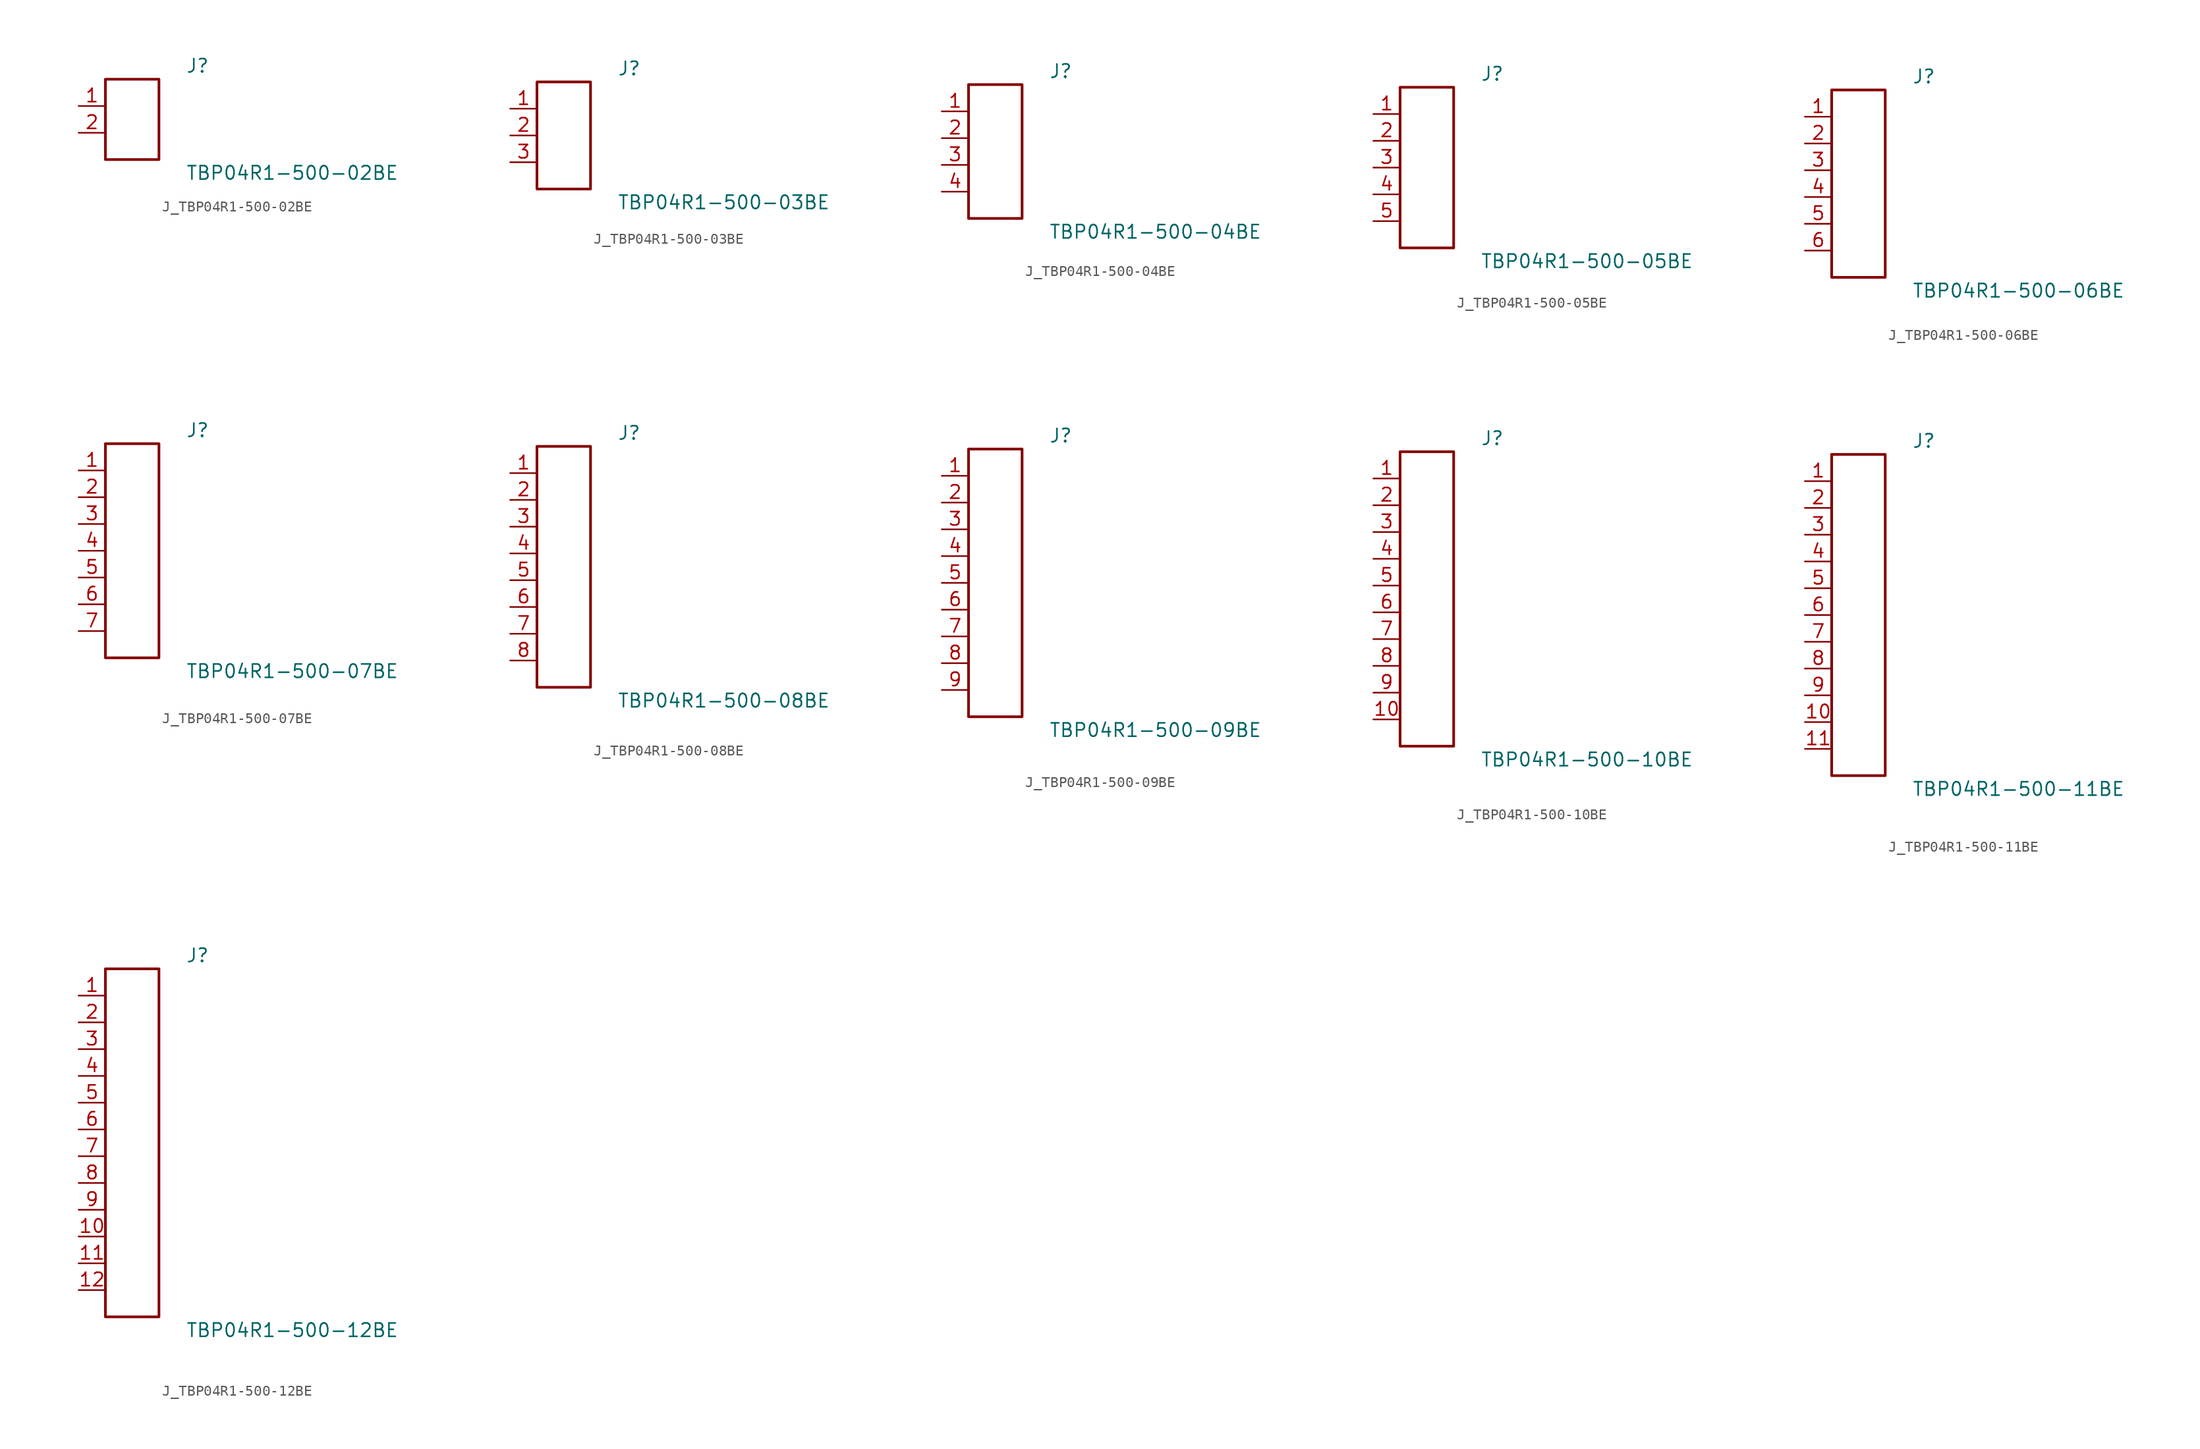
<source format=kicad_sym>
(kicad_symbol_lib
  (version 20231120)
  (generator kicad_symbol_editor)
  (generator_version 8.0)
  (symbol "J_TBP04R1-500-02BE"
    (pin_names
      (offset 0.254))
    (property "Reference" "J"
      (at 5.08 5.08 0)
      (effects (font (size 1.27 1.27)) (justify left)))
    (property "Value" "TBP04R1-500-02BE"
      (at 5.08 -5.08 0)
      (effects (font (size 1.27 1.27)) (justify left)))
    (symbol "J_TBP04R1-500-02BE_0_0"
      (pin unspecified line (at -5.08 1.27 0) (length 2.54) (name "" (effects (font (size 1.27 1.27)))) (number "1" (effects (font (size 1.27 1.27)))))
      (pin unspecified line (at -5.08 -1.27 0) (length 2.54) (name "" (effects (font (size 1.27 1.27)))) (number "2" (effects (font (size 1.27 1.27))))))
    (symbol "J_TBP04R1-500-02BE_1_0"
      (rectangle (start -2.54 3.81) (end 2.54 -3.81) (stroke (width 0.254) (type solid)) (fill (type none)))))
  (symbol "J_TBP04R1-500-03BE"
    (pin_names
      (offset 0.254))
    (property "Reference" "J"
      (at 5.08 6.35 0)
      (effects (font (size 1.27 1.27)) (justify left)))
    (property "Value" "TBP04R1-500-03BE"
      (at 5.08 -6.35 0)
      (effects (font (size 1.27 1.27)) (justify left)))
    (symbol "J_TBP04R1-500-03BE_0_0"
      (pin unspecified line (at -5.08 2.54 0) (length 2.54) (name "" (effects (font (size 1.27 1.27)))) (number "1" (effects (font (size 1.27 1.27)))))
      (pin unspecified line (at -5.08 0.0 0) (length 2.54) (name "" (effects (font (size 1.27 1.27)))) (number "2" (effects (font (size 1.27 1.27)))))
      (pin unspecified line (at -5.08 -2.54 0) (length 2.54) (name "" (effects (font (size 1.27 1.27)))) (number "3" (effects (font (size 1.27 1.27))))))
    (symbol "J_TBP04R1-500-03BE_1_0"
      (rectangle (start -2.54 5.08) (end 2.54 -5.08) (stroke (width 0.254) (type solid)) (fill (type none)))))
  (symbol "J_TBP04R1-500-04BE"
    (pin_names
      (offset 0.254))
    (property "Reference" "J"
      (at 5.08 7.62 0)
      (effects (font (size 1.27 1.27)) (justify left)))
    (property "Value" "TBP04R1-500-04BE"
      (at 5.08 -7.62 0)
      (effects (font (size 1.27 1.27)) (justify left)))
    (symbol "J_TBP04R1-500-04BE_0_0"
      (pin unspecified line (at -5.08 3.81 0) (length 2.54) (name "" (effects (font (size 1.27 1.27)))) (number "1" (effects (font (size 1.27 1.27)))))
      (pin unspecified line (at -5.08 1.27 0) (length 2.54) (name "" (effects (font (size 1.27 1.27)))) (number "2" (effects (font (size 1.27 1.27)))))
      (pin unspecified line (at -5.08 -1.27 0) (length 2.54) (name "" (effects (font (size 1.27 1.27)))) (number "3" (effects (font (size 1.27 1.27)))))
      (pin unspecified line (at -5.08 -3.81 0) (length 2.54) (name "" (effects (font (size 1.27 1.27)))) (number "4" (effects (font (size 1.27 1.27))))))
    (symbol "J_TBP04R1-500-04BE_1_0"
      (rectangle (start -2.54 6.35) (end 2.54 -6.35) (stroke (width 0.254) (type solid)) (fill (type none)))))
  (symbol "J_TBP04R1-500-05BE"
    (pin_names
      (offset 0.254))
    (property "Reference" "J"
      (at 5.08 8.89 0)
      (effects (font (size 1.27 1.27)) (justify left)))
    (property "Value" "TBP04R1-500-05BE"
      (at 5.08 -8.89 0)
      (effects (font (size 1.27 1.27)) (justify left)))
    (symbol "J_TBP04R1-500-05BE_0_0"
      (pin unspecified line (at -5.08 5.08 0) (length 2.54) (name "" (effects (font (size 1.27 1.27)))) (number "1" (effects (font (size 1.27 1.27)))))
      (pin unspecified line (at -5.08 2.54 0) (length 2.54) (name "" (effects (font (size 1.27 1.27)))) (number "2" (effects (font (size 1.27 1.27)))))
      (pin unspecified line (at -5.08 0.0 0) (length 2.54) (name "" (effects (font (size 1.27 1.27)))) (number "3" (effects (font (size 1.27 1.27)))))
      (pin unspecified line (at -5.08 -2.54 0) (length 2.54) (name "" (effects (font (size 1.27 1.27)))) (number "4" (effects (font (size 1.27 1.27)))))
      (pin unspecified line (at -5.08 -5.08 0) (length 2.54) (name "" (effects (font (size 1.27 1.27)))) (number "5" (effects (font (size 1.27 1.27))))))
    (symbol "J_TBP04R1-500-05BE_1_0"
      (rectangle (start -2.54 7.62) (end 2.54 -7.62) (stroke (width 0.254) (type solid)) (fill (type none)))))
  (symbol "J_TBP04R1-500-06BE"
    (pin_names
      (offset 0.254))
    (property "Reference" "J"
      (at 5.08 10.16 0)
      (effects (font (size 1.27 1.27)) (justify left)))
    (property "Value" "TBP04R1-500-06BE"
      (at 5.08 -10.16 0)
      (effects (font (size 1.27 1.27)) (justify left)))
    (symbol "J_TBP04R1-500-06BE_0_0"
      (pin unspecified line (at -5.08 6.35 0) (length 2.54) (name "" (effects (font (size 1.27 1.27)))) (number "1" (effects (font (size 1.27 1.27)))))
      (pin unspecified line (at -5.08 3.81 0) (length 2.54) (name "" (effects (font (size 1.27 1.27)))) (number "2" (effects (font (size 1.27 1.27)))))
      (pin unspecified line (at -5.08 1.27 0) (length 2.54) (name "" (effects (font (size 1.27 1.27)))) (number "3" (effects (font (size 1.27 1.27)))))
      (pin unspecified line (at -5.08 -1.27 0) (length 2.54) (name "" (effects (font (size 1.27 1.27)))) (number "4" (effects (font (size 1.27 1.27)))))
      (pin unspecified line (at -5.08 -3.81 0) (length 2.54) (name "" (effects (font (size 1.27 1.27)))) (number "5" (effects (font (size 1.27 1.27)))))
      (pin unspecified line (at -5.08 -6.35 0) (length 2.54) (name "" (effects (font (size 1.27 1.27)))) (number "6" (effects (font (size 1.27 1.27))))))
    (symbol "J_TBP04R1-500-06BE_1_0"
      (rectangle (start -2.54 8.89) (end 2.54 -8.89) (stroke (width 0.254) (type solid)) (fill (type none)))))
  (symbol "J_TBP04R1-500-07BE"
    (pin_names
      (offset 0.254))
    (property "Reference" "J"
      (at 5.08 11.43 0)
      (effects (font (size 1.27 1.27)) (justify left)))
    (property "Value" "TBP04R1-500-07BE"
      (at 5.08 -11.43 0)
      (effects (font (size 1.27 1.27)) (justify left)))
    (symbol "J_TBP04R1-500-07BE_0_0"
      (pin unspecified line (at -5.08 7.62 0) (length 2.54) (name "" (effects (font (size 1.27 1.27)))) (number "1" (effects (font (size 1.27 1.27)))))
      (pin unspecified line (at -5.08 5.08 0) (length 2.54) (name "" (effects (font (size 1.27 1.27)))) (number "2" (effects (font (size 1.27 1.27)))))
      (pin unspecified line (at -5.08 2.54 0) (length 2.54) (name "" (effects (font (size 1.27 1.27)))) (number "3" (effects (font (size 1.27 1.27)))))
      (pin unspecified line (at -5.08 0.0 0) (length 2.54) (name "" (effects (font (size 1.27 1.27)))) (number "4" (effects (font (size 1.27 1.27)))))
      (pin unspecified line (at -5.08 -2.54 0) (length 2.54) (name "" (effects (font (size 1.27 1.27)))) (number "5" (effects (font (size 1.27 1.27)))))
      (pin unspecified line (at -5.08 -5.08 0) (length 2.54) (name "" (effects (font (size 1.27 1.27)))) (number "6" (effects (font (size 1.27 1.27)))))
      (pin unspecified line (at -5.08 -7.62 0) (length 2.54) (name "" (effects (font (size 1.27 1.27)))) (number "7" (effects (font (size 1.27 1.27))))))
    (symbol "J_TBP04R1-500-07BE_1_0"
      (rectangle (start -2.54 10.16) (end 2.54 -10.16) (stroke (width 0.254) (type solid)) (fill (type none)))))
  (symbol "J_TBP04R1-500-08BE"
    (pin_names
      (offset 0.254))
    (property "Reference" "J"
      (at 5.08 12.7 0)
      (effects (font (size 1.27 1.27)) (justify left)))
    (property "Value" "TBP04R1-500-08BE"
      (at 5.08 -12.7 0)
      (effects (font (size 1.27 1.27)) (justify left)))
    (symbol "J_TBP04R1-500-08BE_0_0"
      (pin unspecified line (at -5.08 8.89 0) (length 2.54) (name "" (effects (font (size 1.27 1.27)))) (number "1" (effects (font (size 1.27 1.27)))))
      (pin unspecified line (at -5.08 6.35 0) (length 2.54) (name "" (effects (font (size 1.27 1.27)))) (number "2" (effects (font (size 1.27 1.27)))))
      (pin unspecified line (at -5.08 3.81 0) (length 2.54) (name "" (effects (font (size 1.27 1.27)))) (number "3" (effects (font (size 1.27 1.27)))))
      (pin unspecified line (at -5.08 1.27 0) (length 2.54) (name "" (effects (font (size 1.27 1.27)))) (number "4" (effects (font (size 1.27 1.27)))))
      (pin unspecified line (at -5.08 -1.27 0) (length 2.54) (name "" (effects (font (size 1.27 1.27)))) (number "5" (effects (font (size 1.27 1.27)))))
      (pin unspecified line (at -5.08 -3.81 0) (length 2.54) (name "" (effects (font (size 1.27 1.27)))) (number "6" (effects (font (size 1.27 1.27)))))
      (pin unspecified line (at -5.08 -6.35 0) (length 2.54) (name "" (effects (font (size 1.27 1.27)))) (number "7" (effects (font (size 1.27 1.27)))))
      (pin unspecified line (at -5.08 -8.89 0) (length 2.54) (name "" (effects (font (size 1.27 1.27)))) (number "8" (effects (font (size 1.27 1.27))))))
    (symbol "J_TBP04R1-500-08BE_1_0"
      (rectangle (start -2.54 11.43) (end 2.54 -11.43) (stroke (width 0.254) (type solid)) (fill (type none)))))
  (symbol "J_TBP04R1-500-09BE"
    (pin_names
      (offset 0.254))
    (property "Reference" "J"
      (at 5.08 13.97 0)
      (effects (font (size 1.27 1.27)) (justify left)))
    (property "Value" "TBP04R1-500-09BE"
      (at 5.08 -13.97 0)
      (effects (font (size 1.27 1.27)) (justify left)))
    (symbol "J_TBP04R1-500-09BE_0_0"
      (pin unspecified line (at -5.08 10.16 0) (length 2.54) (name "" (effects (font (size 1.27 1.27)))) (number "1" (effects (font (size 1.27 1.27)))))
      (pin unspecified line (at -5.08 7.62 0) (length 2.54) (name "" (effects (font (size 1.27 1.27)))) (number "2" (effects (font (size 1.27 1.27)))))
      (pin unspecified line (at -5.08 5.08 0) (length 2.54) (name "" (effects (font (size 1.27 1.27)))) (number "3" (effects (font (size 1.27 1.27)))))
      (pin unspecified line (at -5.08 2.54 0) (length 2.54) (name "" (effects (font (size 1.27 1.27)))) (number "4" (effects (font (size 1.27 1.27)))))
      (pin unspecified line (at -5.08 0.0 0) (length 2.54) (name "" (effects (font (size 1.27 1.27)))) (number "5" (effects (font (size 1.27 1.27)))))
      (pin unspecified line (at -5.08 -2.54 0) (length 2.54) (name "" (effects (font (size 1.27 1.27)))) (number "6" (effects (font (size 1.27 1.27)))))
      (pin unspecified line (at -5.08 -5.08 0) (length 2.54) (name "" (effects (font (size 1.27 1.27)))) (number "7" (effects (font (size 1.27 1.27)))))
      (pin unspecified line (at -5.08 -7.62 0) (length 2.54) (name "" (effects (font (size 1.27 1.27)))) (number "8" (effects (font (size 1.27 1.27)))))
      (pin unspecified line (at -5.08 -10.16 0) (length 2.54) (name "" (effects (font (size 1.27 1.27)))) (number "9" (effects (font (size 1.27 1.27))))))
    (symbol "J_TBP04R1-500-09BE_1_0"
      (rectangle (start -2.54 12.7) (end 2.54 -12.7) (stroke (width 0.254) (type solid)) (fill (type none)))))
  (symbol "J_TBP04R1-500-10BE"
    (pin_names
      (offset 0.254))
    (property "Reference" "J"
      (at 5.08 15.24 0)
      (effects (font (size 1.27 1.27)) (justify left)))
    (property "Value" "TBP04R1-500-10BE"
      (at 5.08 -15.24 0)
      (effects (font (size 1.27 1.27)) (justify left)))
    (symbol "J_TBP04R1-500-10BE_0_0"
      (pin unspecified line (at -5.08 11.43 0) (length 2.54) (name "" (effects (font (size 1.27 1.27)))) (number "1" (effects (font (size 1.27 1.27)))))
      (pin unspecified line (at -5.08 8.89 0) (length 2.54) (name "" (effects (font (size 1.27 1.27)))) (number "2" (effects (font (size 1.27 1.27)))))
      (pin unspecified line (at -5.08 6.35 0) (length 2.54) (name "" (effects (font (size 1.27 1.27)))) (number "3" (effects (font (size 1.27 1.27)))))
      (pin unspecified line (at -5.08 3.81 0) (length 2.54) (name "" (effects (font (size 1.27 1.27)))) (number "4" (effects (font (size 1.27 1.27)))))
      (pin unspecified line (at -5.08 1.27 0) (length 2.54) (name "" (effects (font (size 1.27 1.27)))) (number "5" (effects (font (size 1.27 1.27)))))
      (pin unspecified line (at -5.08 -1.27 0) (length 2.54) (name "" (effects (font (size 1.27 1.27)))) (number "6" (effects (font (size 1.27 1.27)))))
      (pin unspecified line (at -5.08 -3.81 0) (length 2.54) (name "" (effects (font (size 1.27 1.27)))) (number "7" (effects (font (size 1.27 1.27)))))
      (pin unspecified line (at -5.08 -6.35 0) (length 2.54) (name "" (effects (font (size 1.27 1.27)))) (number "8" (effects (font (size 1.27 1.27)))))
      (pin unspecified line (at -5.08 -8.89 0) (length 2.54) (name "" (effects (font (size 1.27 1.27)))) (number "9" (effects (font (size 1.27 1.27)))))
      (pin unspecified line (at -5.08 -11.43 0) (length 2.54) (name "" (effects (font (size 1.27 1.27)))) (number "10" (effects (font (size 1.27 1.27))))))
    (symbol "J_TBP04R1-500-10BE_1_0"
      (rectangle (start -2.54 13.97) (end 2.54 -13.97) (stroke (width 0.254) (type solid)) (fill (type none)))))
  (symbol "J_TBP04R1-500-11BE"
    (pin_names
      (offset 0.254))
    (property "Reference" "J"
      (at 5.08 16.51 0)
      (effects (font (size 1.27 1.27)) (justify left)))
    (property "Value" "TBP04R1-500-11BE"
      (at 5.08 -16.51 0)
      (effects (font (size 1.27 1.27)) (justify left)))
    (symbol "J_TBP04R1-500-11BE_0_0"
      (pin unspecified line (at -5.08 12.7 0) (length 2.54) (name "" (effects (font (size 1.27 1.27)))) (number "1" (effects (font (size 1.27 1.27)))))
      (pin unspecified line (at -5.08 10.16 0) (length 2.54) (name "" (effects (font (size 1.27 1.27)))) (number "2" (effects (font (size 1.27 1.27)))))
      (pin unspecified line (at -5.08 7.62 0) (length 2.54) (name "" (effects (font (size 1.27 1.27)))) (number "3" (effects (font (size 1.27 1.27)))))
      (pin unspecified line (at -5.08 5.08 0) (length 2.54) (name "" (effects (font (size 1.27 1.27)))) (number "4" (effects (font (size 1.27 1.27)))))
      (pin unspecified line (at -5.08 2.54 0) (length 2.54) (name "" (effects (font (size 1.27 1.27)))) (number "5" (effects (font (size 1.27 1.27)))))
      (pin unspecified line (at -5.08 0.0 0) (length 2.54) (name "" (effects (font (size 1.27 1.27)))) (number "6" (effects (font (size 1.27 1.27)))))
      (pin unspecified line (at -5.08 -2.54 0) (length 2.54) (name "" (effects (font (size 1.27 1.27)))) (number "7" (effects (font (size 1.27 1.27)))))
      (pin unspecified line (at -5.08 -5.08 0) (length 2.54) (name "" (effects (font (size 1.27 1.27)))) (number "8" (effects (font (size 1.27 1.27)))))
      (pin unspecified line (at -5.08 -7.62 0) (length 2.54) (name "" (effects (font (size 1.27 1.27)))) (number "9" (effects (font (size 1.27 1.27)))))
      (pin unspecified line (at -5.08 -10.16 0) (length 2.54) (name "" (effects (font (size 1.27 1.27)))) (number "10" (effects (font (size 1.27 1.27)))))
      (pin unspecified line (at -5.08 -12.7 0) (length 2.54) (name "" (effects (font (size 1.27 1.27)))) (number "11" (effects (font (size 1.27 1.27))))))
    (symbol "J_TBP04R1-500-11BE_1_0"
      (rectangle (start -2.54 15.24) (end 2.54 -15.24) (stroke (width 0.254) (type solid)) (fill (type none)))))
  (symbol "J_TBP04R1-500-12BE"
    (pin_names
      (offset 0.254))
    (property "Reference" "J"
      (at 5.08 17.78 0)
      (effects (font (size 1.27 1.27)) (justify left)))
    (property "Value" "TBP04R1-500-12BE"
      (at 5.08 -17.78 0)
      (effects (font (size 1.27 1.27)) (justify left)))
    (symbol "J_TBP04R1-500-12BE_0_0"
      (pin unspecified line (at -5.08 13.97 0) (length 2.54) (name "" (effects (font (size 1.27 1.27)))) (number "1" (effects (font (size 1.27 1.27)))))
      (pin unspecified line (at -5.08 11.43 0) (length 2.54) (name "" (effects (font (size 1.27 1.27)))) (number "2" (effects (font (size 1.27 1.27)))))
      (pin unspecified line (at -5.08 8.89 0) (length 2.54) (name "" (effects (font (size 1.27 1.27)))) (number "3" (effects (font (size 1.27 1.27)))))
      (pin unspecified line (at -5.08 6.35 0) (length 2.54) (name "" (effects (font (size 1.27 1.27)))) (number "4" (effects (font (size 1.27 1.27)))))
      (pin unspecified line (at -5.08 3.81 0) (length 2.54) (name "" (effects (font (size 1.27 1.27)))) (number "5" (effects (font (size 1.27 1.27)))))
      (pin unspecified line (at -5.08 1.27 0) (length 2.54) (name "" (effects (font (size 1.27 1.27)))) (number "6" (effects (font (size 1.27 1.27)))))
      (pin unspecified line (at -5.08 -1.27 0) (length 2.54) (name "" (effects (font (size 1.27 1.27)))) (number "7" (effects (font (size 1.27 1.27)))))
      (pin unspecified line (at -5.08 -3.81 0) (length 2.54) (name "" (effects (font (size 1.27 1.27)))) (number "8" (effects (font (size 1.27 1.27)))))
      (pin unspecified line (at -5.08 -6.35 0) (length 2.54) (name "" (effects (font (size 1.27 1.27)))) (number "9" (effects (font (size 1.27 1.27)))))
      (pin unspecified line (at -5.08 -8.89 0) (length 2.54) (name "" (effects (font (size 1.27 1.27)))) (number "10" (effects (font (size 1.27 1.27)))))
      (pin unspecified line (at -5.08 -11.43 0) (length 2.54) (name "" (effects (font (size 1.27 1.27)))) (number "11" (effects (font (size 1.27 1.27)))))
      (pin unspecified line (at -5.08 -13.97 0) (length 2.54) (name "" (effects (font (size 1.27 1.27)))) (number "12" (effects (font (size 1.27 1.27))))))
    (symbol "J_TBP04R1-500-12BE_1_0"
      (rectangle (start -2.54 16.51) (end 2.54 -16.51) (stroke (width 0.254) (type solid)) (fill (type none))))))
</source>
